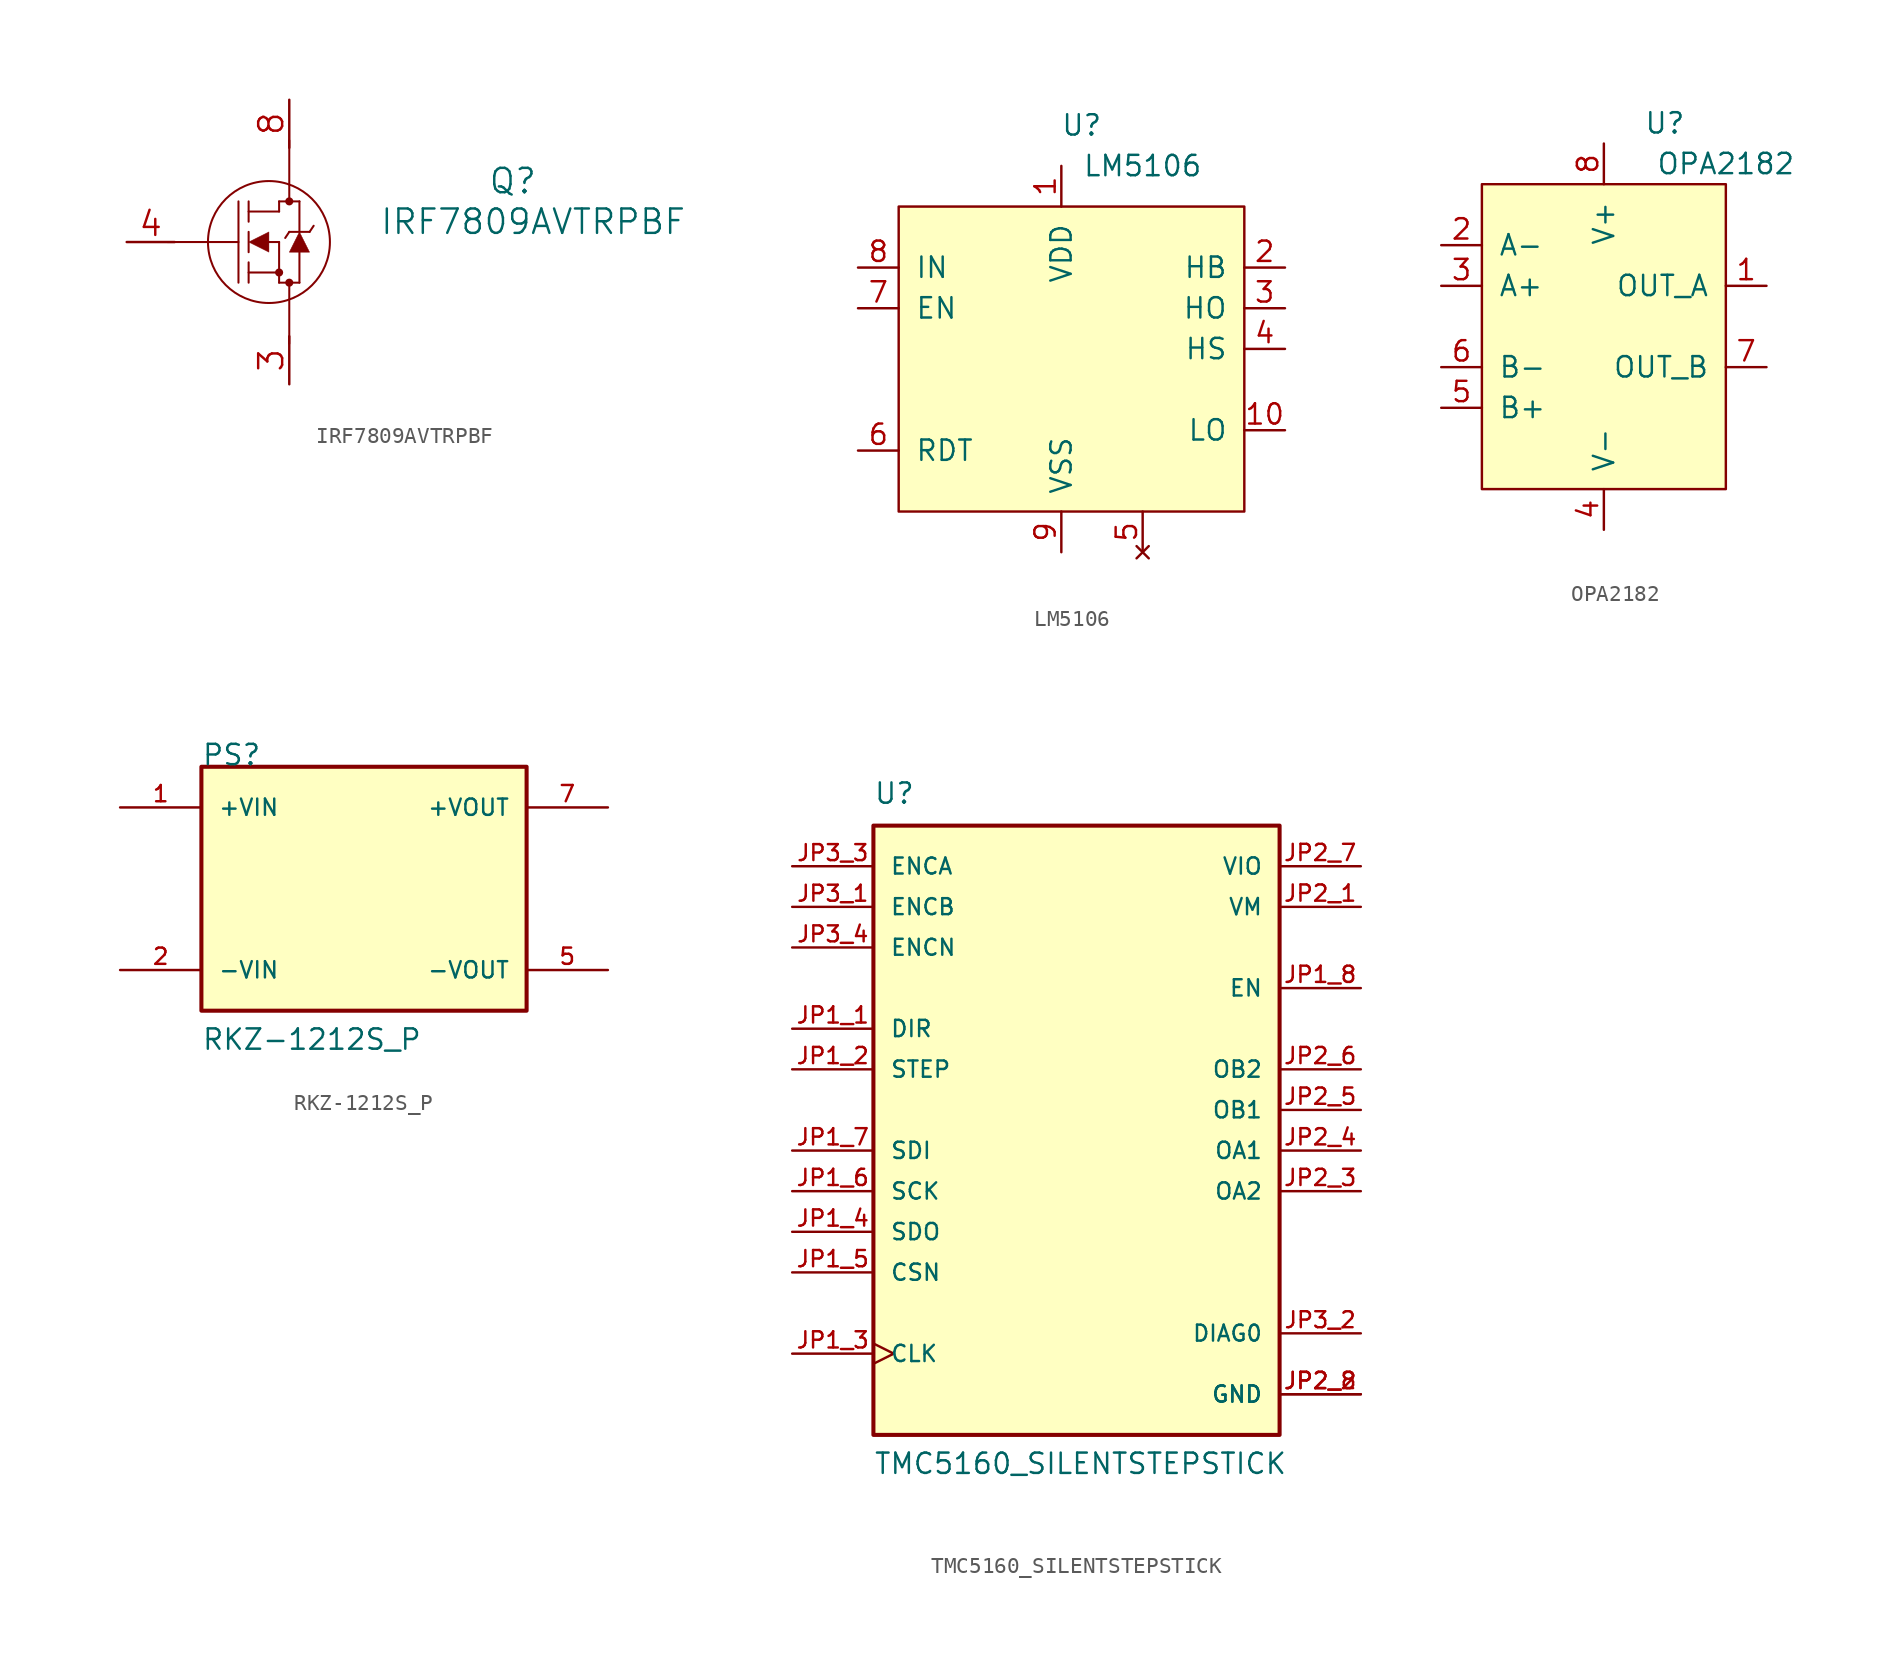
<source format=kicad_sym>
(kicad_symbol_lib
  (version 20211014)
  (generator kicad_symbol_editor)
  (symbol "IRF7809AVTRPBF"
    (pin_names
      (offset 0.254) hide)
    (property "Reference" "Q"
      (at 35.56 0 0)
      (effects (font (size 1.524 1.524))))
    (property "Value" "IRF7809AVTRPBF"
      (at 36.83 -2.54 0)
      (effects (font (size 1.524 1.524))))
    (symbol "IRF7809AVTRPBF_1_1"
      (polyline (pts (xy 13.97 -3.81) (xy 18.415 -3.81)) (stroke (width 0.127) (type default) (color 0 0 0 0)) (fill (type none)))
      (polyline (pts (xy 18.415 -6.35) (xy 18.415 -1.27)) (stroke (width 0.127) (type default) (color 0 0 0 0)) (fill (type none)))
      (polyline (pts (xy 19.05 -6.35) (xy 19.05 -5.08)) (stroke (width 0.127) (type default) (color 0 0 0 0)) (fill (type none)))
      (polyline (pts (xy 19.05 -5.715) (xy 20.955 -5.715)) (stroke (width 0.127) (type default) (color 0 0 0 0)) (fill (type none)))
      (polyline (pts (xy 19.05 -4.445) (xy 19.05 -3.175)) (stroke (width 0.127) (type default) (color 0 0 0 0)) (fill (type none)))
      (polyline (pts (xy 19.05 -2.54) (xy 19.05 -1.27)) (stroke (width 0.127) (type default) (color 0 0 0 0)) (fill (type none)))
      (polyline (pts (xy 19.05 -1.905) (xy 20.955 -1.905)) (stroke (width 0.127) (type default) (color 0 0 0 0)) (fill (type none)))
      (polyline (pts (xy 20.32 -3.81) (xy 20.955 -3.81)) (stroke (width 0.127) (type default) (color 0 0 0 0)) (fill (type none)))
      (polyline (pts (xy 20.955 -6.35) (xy 20.955 -3.81)) (stroke (width 0.127) (type default) (color 0 0 0 0)) (fill (type none)))
      (polyline (pts (xy 20.955 -6.35) (xy 22.225 -6.35)) (stroke (width 0.127) (type default) (color 0 0 0 0)) (fill (type none)))
      (polyline (pts (xy 20.955 -1.905) (xy 20.955 -1.27)) (stroke (width 0.127) (type default) (color 0 0 0 0)) (fill (type none)))
      (polyline (pts (xy 20.955 -1.27) (xy 22.225 -1.27)) (stroke (width 0.127) (type default) (color 0 0 0 0)) (fill (type none)))
      (polyline (pts (xy 21.59 -10.16) (xy 21.59 -6.35)) (stroke (width 0.127) (type default) (color 0 0 0 0)) (fill (type none)))
      (polyline (pts (xy 21.59 -3.175) (xy 21.336 -3.556)) (stroke (width 0.127) (type default) (color 0 0 0 0)) (fill (type none)))
      (polyline (pts (xy 21.59 2.54) (xy 21.59 -1.27)) (stroke (width 0.127) (type default) (color 0 0 0 0)) (fill (type none)))
      (polyline (pts (xy 22.225 -6.35) (xy 22.225 -4.445)) (stroke (width 0.127) (type default) (color 0 0 0 0)) (fill (type none)))
      (polyline (pts (xy 22.225 -3.175) (xy 22.225 -1.27)) (stroke (width 0.127) (type default) (color 0 0 0 0)) (fill (type none)))
      (polyline (pts (xy 22.86 -3.175) (xy 21.59 -3.175)) (stroke (width 0.127) (type default) (color 0 0 0 0)) (fill (type none)))
      (polyline (pts (xy 22.86 -3.175) (xy 23.114 -2.794)) (stroke (width 0.127) (type default) (color 0 0 0 0)) (fill (type none)))
      (polyline (pts (xy 20.32 -3.175) (xy 19.05 -3.81) (xy 20.32 -4.445) (xy 20.32 -3.175)) (stroke (width 0.025) (type default) (color 0 0 0 0)) (fill (type outline)))
      (polyline (pts (xy 22.86 -4.445) (xy 21.59 -4.445) (xy 22.225 -3.175) (xy 22.86 -4.445)) (stroke (width 0.025) (type default) (color 0 0 0 0)) (fill (type outline)))
      (circle (center 20.32 -3.81) (radius 3.81) (stroke (width 0.127) (type default) (color 0 0 0 0)) (fill (type none)))
      (circle (center 20.955 -5.715) (radius 0.127) (stroke (width 0.254) (type default) (color 0 0 0 0)) (fill (type none)))
      (circle (center 21.59 -6.35) (radius 0.127) (stroke (width 0.254) (type default) (color 0 0 0 0)) (fill (type none)))
      (circle (center 21.59 -1.27) (radius 0.127) (stroke (width 0.254) (type default) (color 0 0 0 0)) (fill (type none)))
      (pin unspecified line (at 21.59 -12.7 90) (length 3) hide (name "1" (effects (font (size 1.499 1.499)))) (number "1" (effects (font (size 1.499 1.499)))))
      (pin unspecified line (at 21.59 -12.7 90) (length 3) hide (name "2" (effects (font (size 1.499 1.499)))) (number "2" (effects (font (size 1.499 1.499)))))
      (pin unspecified line (at 21.59 -12.7 90) (length 3) (name "3" (effects (font (size 1.499 1.499)))) (number "3" (effects (font (size 1.499 1.499)))))
      (pin unspecified line (at 11.43 -3.81 0) (length 3) (name "4" (effects (font (size 1.499 1.499)))) (number "4" (effects (font (size 1.499 1.499)))))
      (pin unspecified line (at 21.59 5.08 270) (length 3) hide (name "5" (effects (font (size 1.499 1.499)))) (number "5" (effects (font (size 1.499 1.499)))))
      (pin unspecified line (at 21.59 5.08 270) (length 3) hide (name "6" (effects (font (size 1.499 1.499)))) (number "6" (effects (font (size 1.499 1.499)))))
      (pin unspecified line (at 21.59 5.08 270) (length 3) hide (name "7" (effects (font (size 1.499 1.499)))) (number "7" (effects (font (size 1.499 1.499)))))
      (pin unspecified line (at 21.59 5.08 270) (length 3) (name "8" (effects (font (size 1.499 1.499)))) (number "8" (effects (font (size 1.499 1.499)))))))
  (symbol "LM5106"
    (pin_names
      (offset 1.016))
    (property "Reference" "U"
      (at 2.54 12.7 0)
      (effects (font (size 1.27 1.27))))
    (property "Value" "LM5106"
      (at 6.35 10.16 0)
      (effects (font (size 1.27 1.27))))
    (symbol "LM5106_0_0"
      (pin power_in line (at 1.27 10.16 270) (length 2.54) (name "VDD" (effects (font (size 1.27 1.27)))) (number "1" (effects (font (size 1.27 1.27)))))
      (pin output line (at 15.24 -6.35 180) (length 2.54) (name "LO" (effects (font (size 1.27 1.27)))) (number "10" (effects (font (size 1.27 1.27)))))
      (pin power_in line (at 15.24 3.81 180) (length 2.54) (name "HB" (effects (font (size 1.27 1.27)))) (number "2" (effects (font (size 1.27 1.27)))))
      (pin output line (at 15.24 1.27 180) (length 2.54) (name "HO" (effects (font (size 1.27 1.27)))) (number "3" (effects (font (size 1.27 1.27)))))
      (pin power_in line (at 15.24 -1.27 180) (length 2.54) (name "HS" (effects (font (size 1.27 1.27)))) (number "4" (effects (font (size 1.27 1.27)))))
      (pin no_connect line (at 6.35 -13.97 90) (length 2.54) (name "~" (effects (font (size 1.27 1.27)))) (number "5" (effects (font (size 1.27 1.27)))))
      (pin input line (at -11.43 -7.62 0) (length 2.54) (name "RDT" (effects (font (size 1.27 1.27)))) (number "6" (effects (font (size 1.27 1.27)))))
      (pin input line (at -11.43 1.27 0) (length 2.54) (name "EN" (effects (font (size 1.27 1.27)))) (number "7" (effects (font (size 1.27 1.27)))))
      (pin input line (at -11.43 3.81 0) (length 2.54) (name "IN" (effects (font (size 1.27 1.27)))) (number "8" (effects (font (size 1.27 1.27)))))
      (pin power_in line (at 1.27 -13.97 90) (length 2.54) (name "VSS" (effects (font (size 1.27 1.27)))) (number "9" (effects (font (size 1.27 1.27))))))
    (symbol "LM5106_0_1"
      (rectangle (start -8.89 7.62) (end 12.7 -11.43) (stroke (width 0) (type default) (color 0 0 0 0)) (fill (type background)))))
  (symbol "OPA2182"
    (pin_names
      (offset 1.016))
    (property "Reference" "U"
      (at 3.81 17.78 0)
      (effects (font (size 1.27 1.27))))
    (property "Value" "OPA2182"
      (at 7.62 15.24 0)
      (effects (font (size 1.27 1.27))))
    (symbol "OPA2182_0_0"
      (pin output line (at 10.16 7.62 180) (length 2.54) (name "OUT_A" (effects (font (size 1.27 1.27)))) (number "1" (effects (font (size 1.27 1.27)))))
      (pin input line (at -10.16 10.16 0) (length 2.54) (name "A-" (effects (font (size 1.27 1.27)))) (number "2" (effects (font (size 1.27 1.27)))))
      (pin input line (at -10.16 7.62 0) (length 2.54) (name "A+" (effects (font (size 1.27 1.27)))) (number "3" (effects (font (size 1.27 1.27)))))
      (pin power_in line (at 0 -7.62 90) (length 2.54) (name "V-" (effects (font (size 1.27 1.27)))) (number "4" (effects (font (size 1.27 1.27)))))
      (pin input line (at -10.16 0 0) (length 2.54) (name "B+" (effects (font (size 1.27 1.27)))) (number "5" (effects (font (size 1.27 1.27)))))
      (pin input line (at -10.16 2.54 0) (length 2.54) (name "B-" (effects (font (size 1.27 1.27)))) (number "6" (effects (font (size 1.27 1.27)))))
      (pin output line (at 10.16 2.54 180) (length 2.54) (name "OUT_B" (effects (font (size 1.27 1.27)))) (number "7" (effects (font (size 1.27 1.27)))))
      (pin power_in line (at 0 16.51 270) (length 2.54) (name "V+" (effects (font (size 1.27 1.27)))) (number "8" (effects (font (size 1.27 1.27))))))
    (symbol "OPA2182_0_1"
      (rectangle (start -7.62 13.97) (end 7.62 -5.08) (stroke (width 0) (type default) (color 0 0 0 0)) (fill (type background)))))
  (symbol "RKZ-1212S_P"
    (pin_names
      (offset 1.016))
    (property "Reference" "PS"
      (at -10.16 7.62 0)
      (effects (font (size 1.27 1.27)) (justify left bottom)))
    (property "Value" "RKZ-1212S_P"
      (at -10.16 -10.16 0)
      (effects (font (size 1.27 1.27)) (justify left bottom)))
    (symbol "RKZ-1212S_P_0_0"
      (rectangle (start -10.16 -7.62) (end 10.16 7.62) (stroke (width 0.254) (type default) (color 0 0 0 0)) (fill (type background)))
      (pin input line (at -15.24 5.08 0) (length 5.08) (name "+VIN" (effects (font (size 1.016 1.016)))) (number "1" (effects (font (size 1.016 1.016)))))
      (pin input line (at -15.24 -5.08 0) (length 5.08) (name "-VIN" (effects (font (size 1.016 1.016)))) (number "2" (effects (font (size 1.016 1.016)))))
      (pin output line (at 15.24 -5.08 180) (length 5.08) (name "-VOUT" (effects (font (size 1.016 1.016)))) (number "5" (effects (font (size 1.016 1.016)))))
      (pin output line (at 15.24 5.08 180) (length 5.08) (name "+VOUT" (effects (font (size 1.016 1.016)))) (number "7" (effects (font (size 1.016 1.016)))))))
  (symbol "TMC5160_SILENTSTEPSTICK"
    (pin_names
      (offset 1.016))
    (property "Reference" "U"
      (at -12.7 19.05 0)
      (effects (font (size 1.27 1.27)) (justify left bottom)))
    (property "Value" "TMC5160_SILENTSTEPSTICK"
      (at -12.7 -22.86 0)
      (effects (font (size 1.27 1.27)) (justify left bottom)))
    (symbol "TMC5160_SILENTSTEPSTICK_0_0"
      (rectangle (start -12.7 17.78) (end 12.7 -20.32) (stroke (width 0.254) (type default) (color 0 0 0 0)) (fill (type background)))
      (pin input line (at -17.78 5.08 0) (length 5.08) (name "DIR" (effects (font (size 1.016 1.016)))) (number "JP1_1" (effects (font (size 1.016 1.016)))))
      (pin input line (at -17.78 2.54 0) (length 5.08) (name "STEP" (effects (font (size 1.016 1.016)))) (number "JP1_2" (effects (font (size 1.016 1.016)))))
      (pin input clock (at -17.78 -15.24 0) (length 5.08) (name "CLK" (effects (font (size 1.016 1.016)))) (number "JP1_3" (effects (font (size 1.016 1.016)))))
      (pin bidirectional line (at -17.78 -7.62 0) (length 5.08) (name "SDO" (effects (font (size 1.016 1.016)))) (number "JP1_4" (effects (font (size 1.016 1.016)))))
      (pin bidirectional line (at -17.78 -10.16 0) (length 5.08) (name "CSN" (effects (font (size 1.016 1.016)))) (number "JP1_5" (effects (font (size 1.016 1.016)))))
      (pin input line (at -17.78 -5.08 0) (length 5.08) (name "SCK" (effects (font (size 1.016 1.016)))) (number "JP1_6" (effects (font (size 1.016 1.016)))))
      (pin input line (at -17.78 -2.54 0) (length 5.08) (name "SDI" (effects (font (size 1.016 1.016)))) (number "JP1_7" (effects (font (size 1.016 1.016)))))
      (pin input line (at 17.78 7.62 180) (length 5.08) (name "EN" (effects (font (size 1.016 1.016)))) (number "JP1_8" (effects (font (size 1.016 1.016)))))
      (pin power_in line (at 17.78 12.7 180) (length 5.08) (name "VM" (effects (font (size 1.016 1.016)))) (number "JP2_1" (effects (font (size 1.016 1.016)))))
      (pin power_in line (at 17.78 -17.78 180) (length 5.08) (name "GND" (effects (font (size 1.016 1.016)))) (number "JP2_2" (effects (font (size 1.016 1.016)))))
      (pin passive line (at 17.78 -5.08 180) (length 5.08) (name "OA2" (effects (font (size 1.016 1.016)))) (number "JP2_3" (effects (font (size 1.016 1.016)))))
      (pin passive line (at 17.78 -2.54 180) (length 5.08) (name "OA1" (effects (font (size 1.016 1.016)))) (number "JP2_4" (effects (font (size 1.016 1.016)))))
      (pin passive line (at 17.78 0 180) (length 5.08) (name "OB1" (effects (font (size 1.016 1.016)))) (number "JP2_5" (effects (font (size 1.016 1.016)))))
      (pin passive line (at 17.78 2.54 180) (length 5.08) (name "OB2" (effects (font (size 1.016 1.016)))) (number "JP2_6" (effects (font (size 1.016 1.016)))))
      (pin power_in line (at 17.78 15.24 180) (length 5.08) (name "VIO" (effects (font (size 1.016 1.016)))) (number "JP2_7" (effects (font (size 1.016 1.016)))))
      (pin power_in line (at 17.78 -17.78 180) (length 5.08) (name "GND" (effects (font (size 1.016 1.016)))) (number "JP2_8" (effects (font (size 1.016 1.016)))))
      (pin input line (at -17.78 12.7 0) (length 5.08) (name "ENCB" (effects (font (size 1 1)))) (number "JP3_1" (effects (font (size 1 1)))))
      (pin output line (at 17.78 -13.97 180) (length 5.08) (name "DIAG0" (effects (font (size 1 1)))) (number "JP3_2" (effects (font (size 1 1)))))
      (pin input line (at -17.78 15.24 0) (length 5.08) (name "ENCA" (effects (font (size 1 1)))) (number "JP3_3" (effects (font (size 1 1)))))
      (pin input line (at -17.78 10.16 0) (length 5.08) (name "ENCN" (effects (font (size 1 1)))) (number "JP3_4" (effects (font (size 1 1))))))))
</source>
